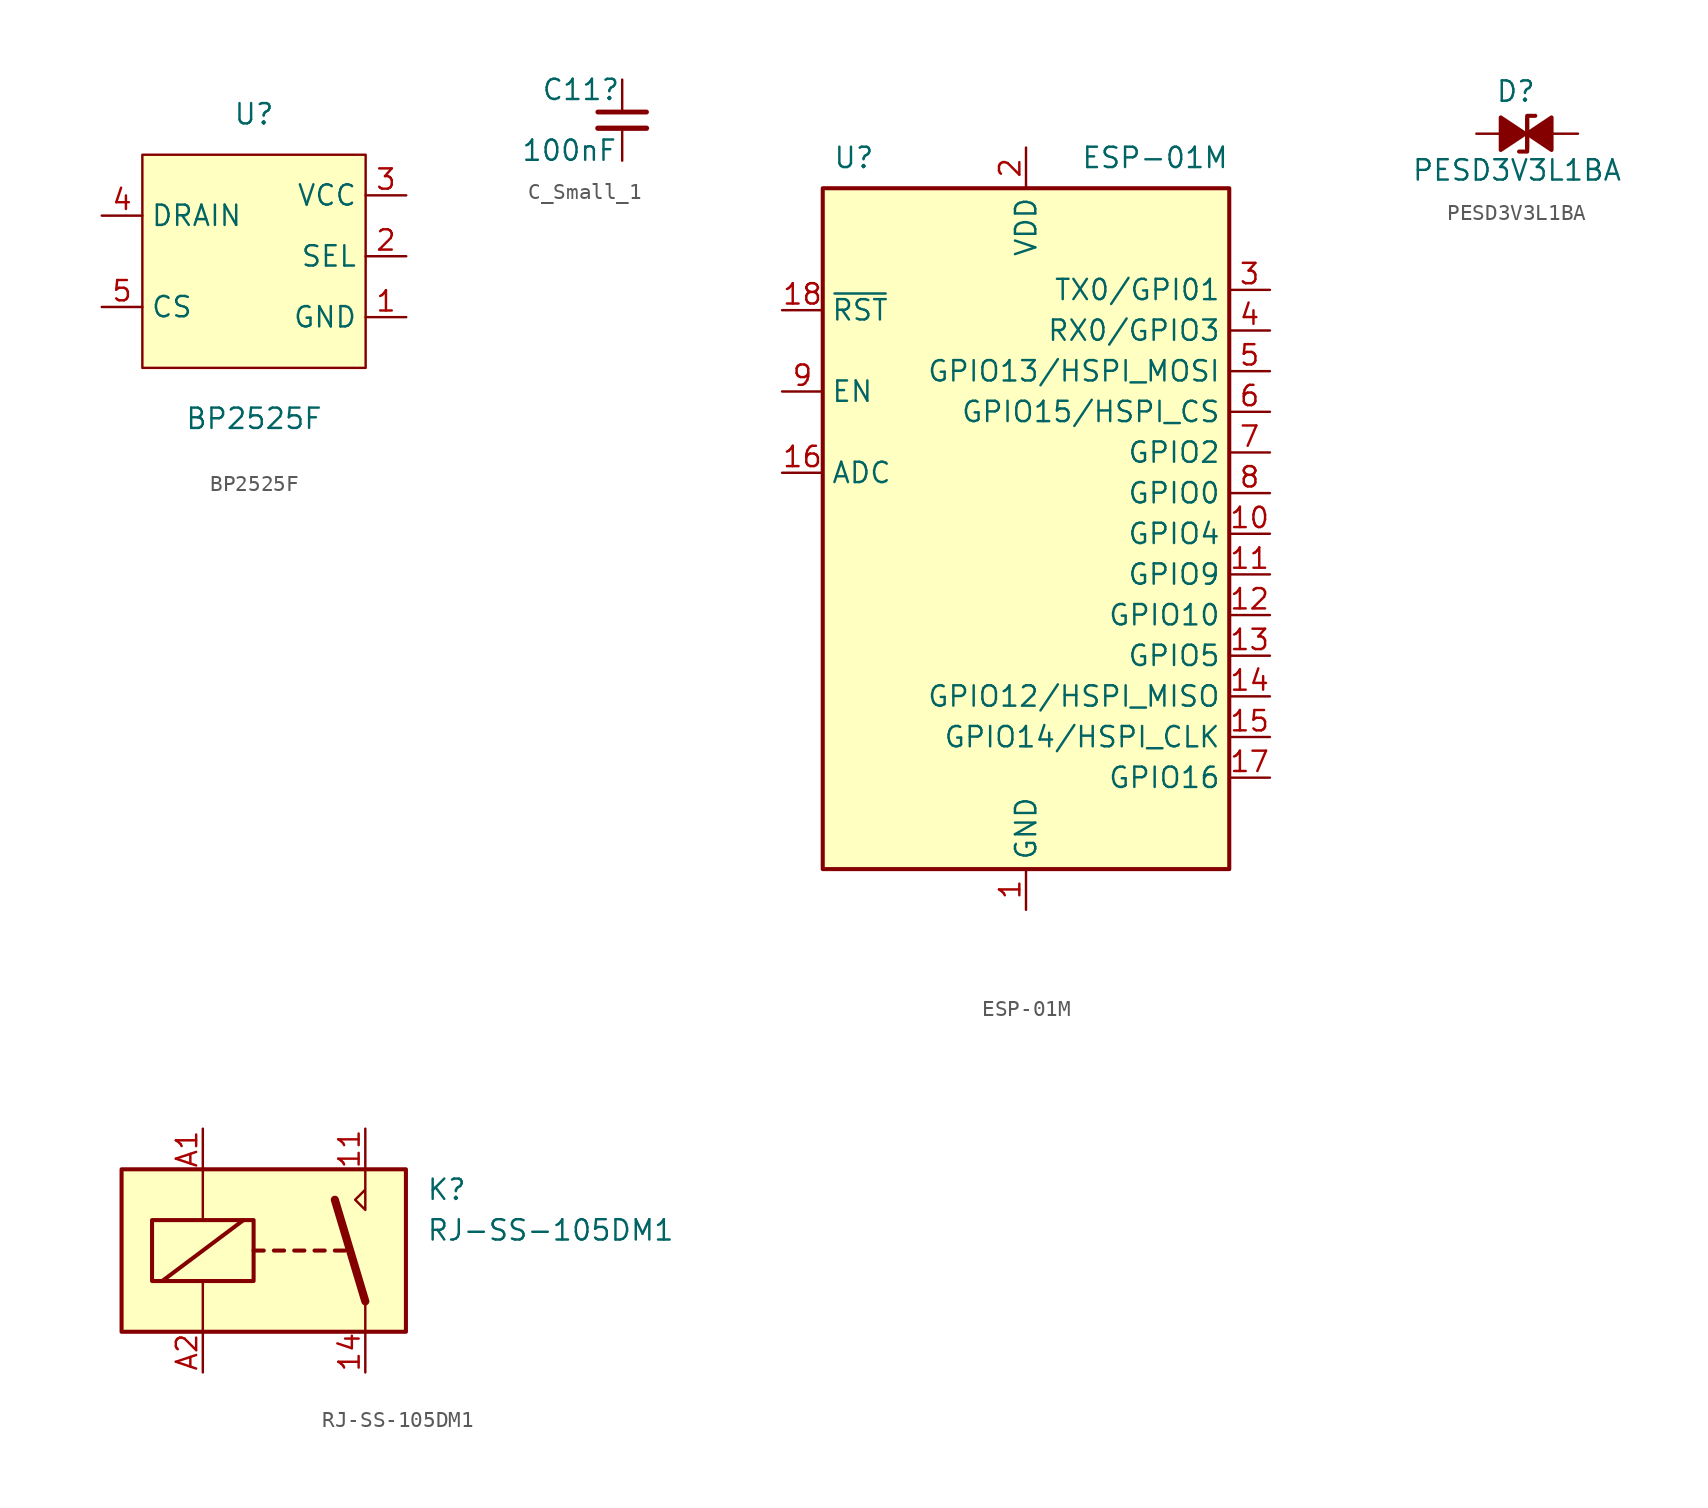
<source format=kicad_sym>
(kicad_symbol_lib
  (version 20241209)
  (generator "kicad_symbol_editor")
  (generator_version "9.0")
  (symbol "BP2525F"
    (property "Reference" "U"
      (at 0 8.89 0)
      (effects (font (size 1.27 1.27))))
    (property "Value" "BP2525F"
      (at 0 -10.16 0)
      (effects (font (size 1.27 1.27))))
    (symbol "BP2525F_0_0"
      (pin bidirectional line (at -9.525 2.54 0) (length 2.54) (name "DRAIN" (effects (font (size 1.27 1.27)))) (number "4" (effects (font (size 1.27 1.27)))))
      (pin input line (at -9.525 -3.175 0) (length 2.54) (name "CS" (effects (font (size 1.27 1.27)))) (number "5" (effects (font (size 1.27 1.27)))))
      (pin power_in line (at 9.525 3.81 180) (length 2.54) (name "VCC" (effects (font (size 1.27 1.27)))) (number "3" (effects (font (size 1.27 1.27)))))
      (pin bidirectional line (at 9.525 0 180) (length 2.54) (name "SEL" (effects (font (size 1.27 1.27)))) (number "2" (effects (font (size 1.27 1.27)))))
      (pin power_in line (at 9.525 -3.81 180) (length 2.54) (name "GND" (effects (font (size 1.27 1.27)))) (number "1" (effects (font (size 1.27 1.27))))))
    (symbol "BP2525F_0_1"
      (rectangle (start -6.985 6.35) (end 6.985 -6.985) (stroke (width 0) (type default)) (fill (type background)))))
  (symbol "C_Small_1"
    (pin_numbers
      (hide yes))
    (pin_names
      (offset 0.254)
      (hide yes))
    (property "Reference" "C11"
      (at -5.08 1.905 0)
      (effects (font (size 1.27 1.27)) (justify left)))
    (property "Value" "100nF"
      (at -6.35 -1.905 0)
      (effects (font (size 1.27 1.27)) (justify left)))
    (property "descr" ""
      (at 0 0 0)
      (effects (font (size 1.27 1.27))))
    (property "Field-1" ""
      (at 0 0 0)
      (effects (font (size 1.27 1.27))))
    (symbol "C_Small_1_0_1"
      (polyline (pts (xy -1.524 0.508) (xy 1.524 0.508)) (stroke (width 0.305) (type default)) (fill (type none)))
      (polyline (pts (xy -1.524 -0.508) (xy 1.524 -0.508)) (stroke (width 0.33) (type default)) (fill (type none))))
    (symbol "C_Small_1_1_1"
      (pin passive line (at 0 2.54 270) (length 2.032) (name "~" (effects (font (size 1.27 1.27)))) (number "1" (effects (font (size 1.27 1.27)))))
      (pin passive line (at 0 -2.54 90) (length 2.032) (name "~" (effects (font (size 1.27 1.27)))) (number "2" (effects (font (size 1.27 1.27)))))))
  (symbol "ESP-01M"
    (property "Reference" "U"
      (at -12.065 24.765 0)
      (effects (font (size 1.27 1.27)) (justify left)))
    (property "Value" "ESP-01M"
      (at 12.7 24.765 0)
      (effects (font (size 1.27 1.27)) (justify right)))
    (symbol "ESP-01M_0_1"
      (rectangle (start -12.7 22.86) (end 12.7 -19.685) (stroke (width 0.254) (type default)) (fill (type background))))
    (symbol "ESP-01M_1_1"
      (pin input line (at -15.24 15.24 0) (length 2.54) (name "~{RST}" (effects (font (size 1.27 1.27)))) (number "18" (effects (font (size 1.27 1.27)))))
      (pin input line (at -15.24 10.16 0) (length 2.54) (name "EN" (effects (font (size 1.27 1.27)))) (number "9" (effects (font (size 1.27 1.27)))))
      (pin input line (at -15.24 5.08 0) (length 2.54) (name "ADC" (effects (font (size 1.27 1.27)))) (number "16" (effects (font (size 1.27 1.27)))))
      (pin power_in line (at 0 25.4 270) (length 2.54) (name "VDD" (effects (font (size 1.27 1.27)))) (number "2" (effects (font (size 1.27 1.27)))))
      (pin power_in line (at 0 -22.225 90) (length 2.54) (name "GND" (effects (font (size 1.27 1.27)))) (number "1" (effects (font (size 1.27 1.27)))))
      (pin bidirectional line (at 15.24 16.51 180) (length 2.54) (name "TX0/GPI01" (effects (font (size 1.27 1.27)))) (number "3" (effects (font (size 1.27 1.27)))))
      (pin bidirectional line (at 15.24 13.97 180) (length 2.54) (name "RX0/GPIO3" (effects (font (size 1.27 1.27)))) (number "4" (effects (font (size 1.27 1.27)))))
      (pin bidirectional line (at 15.24 11.43 180) (length 2.54) (name "GPIO13/HSPI_MOSI" (effects (font (size 1.27 1.27)))) (number "5" (effects (font (size 1.27 1.27)))))
      (pin bidirectional line (at 15.24 8.89 180) (length 2.54) (name "GPIO15/HSPI_CS" (effects (font (size 1.27 1.27)))) (number "6" (effects (font (size 1.27 1.27)))))
      (pin bidirectional line (at 15.24 6.35 180) (length 2.54) (name "GPIO2" (effects (font (size 1.27 1.27)))) (number "7" (effects (font (size 1.27 1.27)))))
      (pin bidirectional line (at 15.24 3.81 180) (length 2.54) (name "GPIO0" (effects (font (size 1.27 1.27)))) (number "8" (effects (font (size 1.27 1.27)))))
      (pin bidirectional line (at 15.24 1.27 180) (length 2.54) (name "GPIO4" (effects (font (size 1.27 1.27)))) (number "10" (effects (font (size 1.27 1.27)))))
      (pin bidirectional line (at 15.24 -1.27 180) (length 2.54) (name "GPIO9" (effects (font (size 1.27 1.27)))) (number "11" (effects (font (size 1.27 1.27)))))
      (pin bidirectional line (at 15.24 -3.81 180) (length 2.54) (name "GPIO10" (effects (font (size 1.27 1.27)))) (number "12" (effects (font (size 1.27 1.27)))))
      (pin bidirectional line (at 15.24 -6.35 180) (length 2.54) (name "GPIO5" (effects (font (size 1.27 1.27)))) (number "13" (effects (font (size 1.27 1.27)))))
      (pin bidirectional line (at 15.24 -8.89 180) (length 2.54) (name "GPIO12/HSPI_MISO" (effects (font (size 1.27 1.27)))) (number "14" (effects (font (size 1.27 1.27)))))
      (pin bidirectional line (at 15.24 -11.43 180) (length 2.54) (name "GPIO14/HSPI_CLK" (effects (font (size 1.27 1.27)))) (number "15" (effects (font (size 1.27 1.27)))))
      (pin bidirectional line (at 15.24 -13.97 180) (length 2.54) (name "GPIO16" (effects (font (size 1.27 1.27)))) (number "17" (effects (font (size 1.27 1.27)))))))
  (symbol "PESD3V3L1BA"
    (pin_numbers
      (hide yes))
    (pin_names
      (offset 0.254)
      (hide yes))
    (property "Reference" "D"
      (at -0.711 2.642 0)
      (effects (font (size 1.27 1.27))))
    (property "Value" "PESD3V3L1BA"
      (at -0.635 -2.286 0)
      (effects (font (size 1.27 1.27))))
    (symbol "PESD3V3L1BA_0_1"
      (polyline (pts (xy -1.651 -1.016) (xy -0.127 0) (xy -1.651 1.016) (xy -1.651 -1.016)) (stroke (width 0.254) (type default)) (fill (type outline)))
      (polyline (pts (xy -0.506 -1.116) (xy 0.002 -1.116) (xy 0.002 0.916)) (stroke (width 0.254) (type default)) (fill (type none)))
      (polyline (pts (xy 0.508 1.118) (xy 0 1.118) (xy 0 -0.914)) (stroke (width 0.254) (type default)) (fill (type none)))
      (polyline (pts (xy 1.524 1.016) (xy 0 0) (xy 1.524 -1.016) (xy 1.524 1.016)) (stroke (width 0.254) (type default)) (fill (type outline))))
    (symbol "PESD3V3L1BA_1_1"
      (pin passive line (at -3.175 0 0) (length 1.778) (name "K" (effects (font (size 1.27 1.27)))) (number "1" (effects (font (size 1.27 1.27)))))
      (pin passive line (at 3.175 0 180) (length 1.778) (name "A" (effects (font (size 1.27 1.27)))) (number "2" (effects (font (size 1.27 1.27)))))))
  (symbol "RJ-SS-105DM1"
    (property "Reference" "K"
      (at 8.89 3.81 0)
      (effects (font (size 1.27 1.27)) (justify left)))
    (property "Value" "RJ-SS-105DM1"
      (at 8.89 1.27 0)
      (effects (font (size 1.27 1.27)) (justify left)))
    (symbol "RJ-SS-105DM1_0_0"
      (polyline (pts (xy 5.08 5.08) (xy 5.08 2.54) (xy 4.445 3.175) (xy 5.08 3.81)) (stroke (width 0) (type default)) (fill (type none))))
    (symbol "RJ-SS-105DM1_0_1"
      (rectangle (start -10.16 5.08) (end 7.62 -5.08) (stroke (width 0.254) (type default)) (fill (type background)))
      (rectangle (start -8.255 1.905) (end -1.905 -1.905) (stroke (width 0.254) (type default)) (fill (type none)))
      (polyline (pts (xy -7.62 -1.905) (xy -2.54 1.905)) (stroke (width 0.254) (type default)) (fill (type none)))
      (polyline (pts (xy -5.08 5.08) (xy -5.08 1.905)) (stroke (width 0) (type default)) (fill (type none)))
      (polyline (pts (xy -5.08 -5.08) (xy -5.08 -1.905)) (stroke (width 0) (type default)) (fill (type none)))
      (polyline (pts (xy -1.905 0) (xy -1.27 0)) (stroke (width 0.254) (type default)) (fill (type none)))
      (polyline (pts (xy -0.635 0) (xy 0 0)) (stroke (width 0.254) (type default)) (fill (type none)))
      (polyline (pts (xy 0.635 0) (xy 1.27 0)) (stroke (width 0.254) (type default)) (fill (type none)))
      (polyline (pts (xy 1.905 0) (xy 2.54 0)) (stroke (width 0.254) (type default)) (fill (type none)))
      (polyline (pts (xy 3.175 0) (xy 3.81 0)) (stroke (width 0.254) (type default)) (fill (type none)))
      (polyline (pts (xy 5.08 -3.175) (xy 3.175 3.175)) (stroke (width 0.508) (type default)) (fill (type none)))
      (polyline (pts (xy 5.08 -3.175) (xy 5.08 -5.08)) (stroke (width 0) (type default)) (fill (type none))))
    (symbol "RJ-SS-105DM1_1_1"
      (pin passive line (at -5.08 7.62 270) (length 2.54) (name "~" (effects (font (size 1.27 1.27)))) (number "A1" (effects (font (size 1.27 1.27)))))
      (pin passive line (at -5.08 -7.62 90) (length 2.54) (name "~" (effects (font (size 1.27 1.27)))) (number "A2" (effects (font (size 1.27 1.27)))))
      (pin passive line (at 5.08 7.62 270) (length 2.54) (name "~" (effects (font (size 1.27 1.27)))) (number "11" (effects (font (size 1.27 1.27)))))
      (pin passive line (at 5.08 -7.62 90) (length 2.54) (name "~" (effects (font (size 1.27 1.27)))) (number "14" (effects (font (size 1.27 1.27))))))))
</source>
